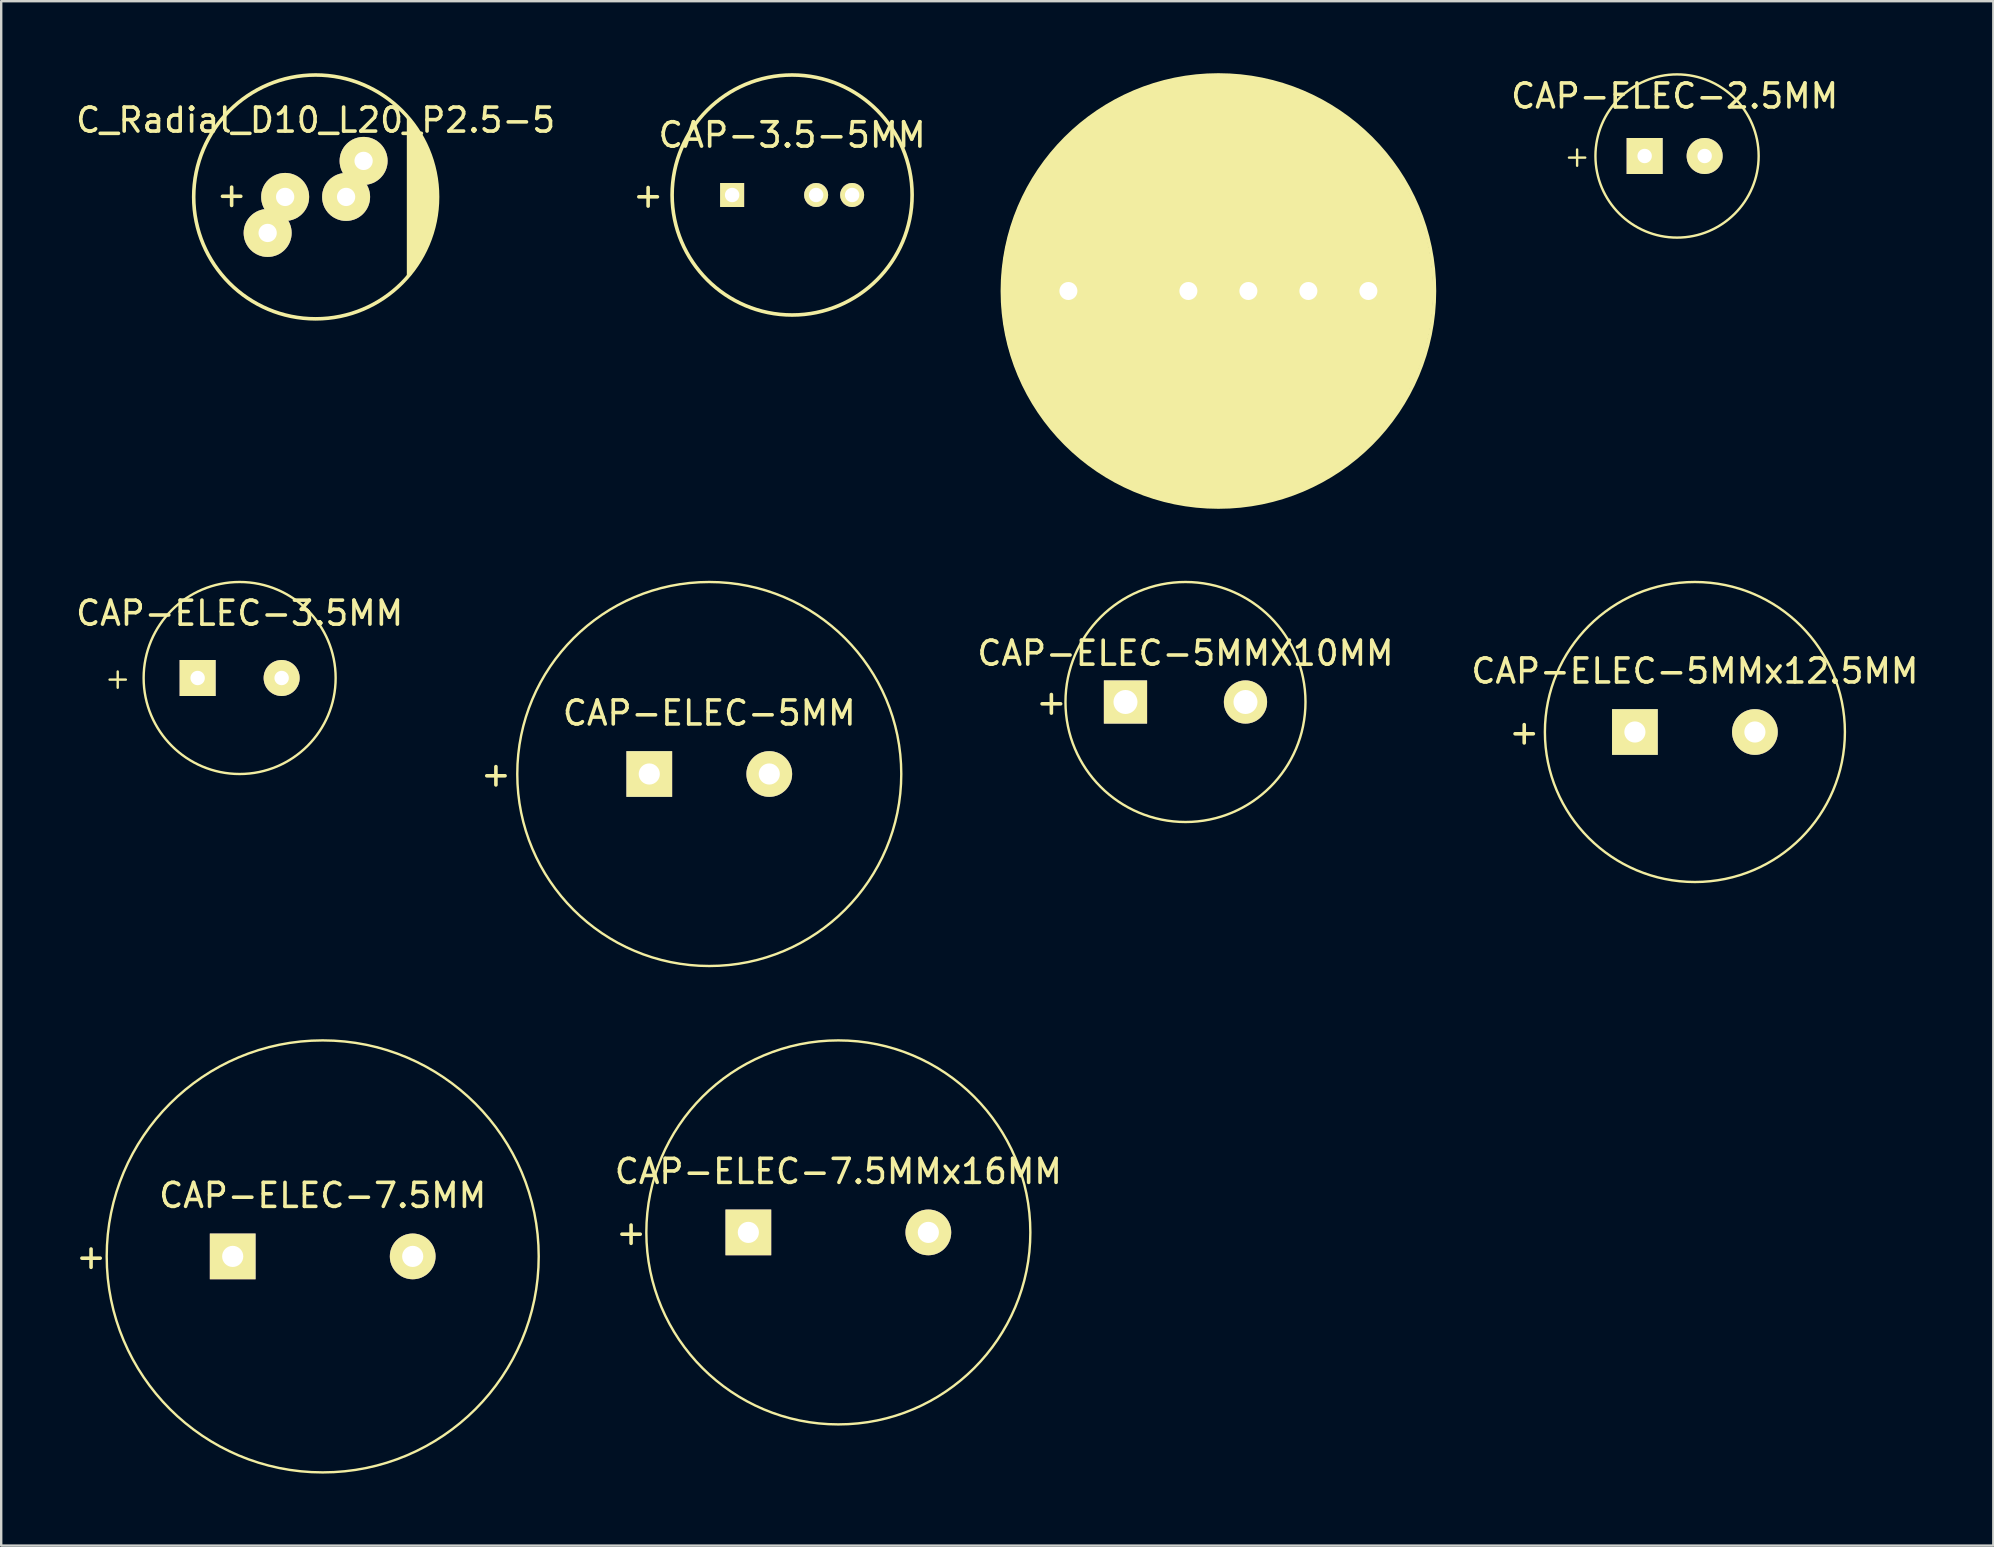
<source format=kicad_pcb>
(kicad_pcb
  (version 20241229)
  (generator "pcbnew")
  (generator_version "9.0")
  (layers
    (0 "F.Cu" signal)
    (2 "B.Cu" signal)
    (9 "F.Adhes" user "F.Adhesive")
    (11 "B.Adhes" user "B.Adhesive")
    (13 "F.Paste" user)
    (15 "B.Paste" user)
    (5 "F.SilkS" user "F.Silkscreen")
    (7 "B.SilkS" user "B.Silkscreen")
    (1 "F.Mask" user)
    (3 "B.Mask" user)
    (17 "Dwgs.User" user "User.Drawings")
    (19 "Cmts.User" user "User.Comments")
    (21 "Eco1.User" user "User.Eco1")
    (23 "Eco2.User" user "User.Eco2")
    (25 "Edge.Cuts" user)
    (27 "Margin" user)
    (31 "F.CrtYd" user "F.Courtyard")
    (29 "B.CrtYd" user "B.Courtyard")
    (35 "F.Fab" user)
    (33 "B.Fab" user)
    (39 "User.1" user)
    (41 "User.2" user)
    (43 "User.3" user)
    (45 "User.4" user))
  (footprint "CAP-ELEC-2.5MM"
    (layer "F.Cu")
    (at 66.727 3.45)
    (property "Reference" "CAP-ELEC-2.5MM" (at 0 -2.5 0) (layer "F.SilkS") (effects (font (size 1 1) (thickness 0.15))))
    (attr through_hole)
    (fp_circle (center 0.1 0) (end 3.5 0) (stroke (width 0.1) (type solid)) (fill no) (layer "F.SilkS"))
    (fp_text user "+" (at -4.064 0 0) (layer "F.SilkS") (effects (font (size 0.889 0.889) (thickness 0.1))))
    (pad "1" thru_hole rect (at -1.25 0) (size 1.5 1.5) (drill 0.6) (layers "*.Cu" "*.Mask" "F.SilkS"))
    (pad "2" thru_hole circle (at 1.25 0) (size 1.5 1.5) (drill 0.6) (layers "*.Cu" "*.Mask" "F.SilkS")))
  (footprint "CAP-ALL-LEADS"
    (layer "F.Cu")
    (at 41.467 9.075)
    (property "Reference" "CAP-ALL-LEADS" (at 6.2 -2.3 0) (layer "F.SilkS") (effects (font (size 1.016 1.016) (thickness 0.15))))
    (attr through_hole)
    (fp_circle (center 6.2 0) (end 15.2 0.1) (stroke (width 0) (type solid)) (fill yes) (layer "F.SilkS"))
    (fp_circle (center 6.25 0) (end 15.25 -0.05) (stroke (width 0.15) (type solid)) (fill no) (layer "F.SilkS"))
    (pad "1" thru_hole rect (at 0 0) (size 1.4 1.4) (drill 0.75) (layers "*.Cu" "*.Mask" "F.SilkS"))
    (pad "2" thru_hole circle (at 5 0) (size 1.4 1.4) (drill 0.75) (layers "*.Cu" "*.Mask" "F.SilkS"))
    (pad "2" thru_hole circle (at 7.5 0) (size 1.4 1.4) (drill 0.75) (layers "*.Cu" "*.Mask" "F.SilkS"))
    (pad "2" thru_hole circle (at 10 0) (size 1.4 1.4) (drill 0.75) (layers "*.Cu" "*.Mask" "F.SilkS"))
    (pad "2" thru_hole circle (at 12.5 0) (size 1.4 1.4) (drill 0.75) (layers "*.Cu" "*.Mask" "F.SilkS")))
  (footprint "CAP-ELEC-7.5MM"
    (layer "F.Cu")
    (at 10.396 49.3)
    (property "Reference" "CAP-ELEC-7.5MM" (at 0 -2.54 0) (layer "F.SilkS") (effects (font (size 1 1) (thickness 0.15))))
    (attr through_hole)
    (fp_circle (center 0 0) (end -9 0) (stroke (width 0.1) (type solid)) (fill no) (layer "F.SilkS"))
    (fp_text user "+" (at -9.652 0 0) (layer "F.SilkS") (effects (font (size 1 1) (thickness 0.15))))
    (pad "1" thru_hole rect (at -3.75 0) (size 1.905 1.905) (drill 0.881) (layers "*.Cu" "*.Mask" "F.SilkS"))
    (pad "2" thru_hole circle (at 3.75 0) (size 1.905 1.905) (drill 0.881) (layers "*.Cu" "*.Mask" "F.SilkS")))
  (footprint "CAP-ELEC-3.5MM"
    (layer "F.Cu")
    (at 6.935 25.2)
    (property "Reference" "CAP-ELEC-3.5MM" (at 0 -2.7 0) (layer "F.SilkS") (effects (font (size 1 1) (thickness 0.15))))
    (attr through_hole)
    (fp_circle (center 0 0) (end 4 0) (stroke (width 0.1) (type solid)) (fill no) (layer "F.SilkS"))
    (fp_text user "+" (at -5.08 0 0) (layer "F.SilkS") (effects (font (size 0.889 0.889) (thickness 0.1))))
    (pad "1" thru_hole rect (at -1.75 0) (size 1.5 1.5) (drill 0.6) (layers "*.Cu" "*.Mask" "F.SilkS"))
    (pad "2" thru_hole circle (at 1.75 0) (size 1.5 1.5) (drill 0.6) (layers "*.Cu" "*.Mask" "F.SilkS")))
  (footprint "CAP-ELEC-5MM"
    (layer "F.Cu")
    (at 26.503 29.2)
    (property "Reference" "CAP-ELEC-5MM" (at 0 -2.54 0) (layer "F.SilkS") (effects (font (size 1 1) (thickness 0.15))))
    (attr through_hole)
    (fp_circle (center 0 0) (end -8 0) (stroke (width 0.1) (type solid)) (fill no) (layer "F.SilkS"))
    (fp_text user "+" (at -8.89 0 0) (layer "F.SilkS") (effects (font (size 1 1) (thickness 0.15))))
    (pad "1" thru_hole rect (at -2.5 0) (size 1.905 1.905) (drill 0.881) (layers "*.Cu" "*.Mask" "F.SilkS"))
    (pad "2" thru_hole circle (at 2.5 0) (size 1.905 1.905) (drill 0.881) (layers "*.Cu" "*.Mask" "F.SilkS")))
  (footprint "CAP-ELEC-7.5MMx16MM"
    (layer "F.Cu")
    (at 31.881 48.3)
    (property "Reference" "CAP-ELEC-7.5MMx16MM" (at 0 -2.54 0) (layer "F.SilkS") (effects (font (size 1 1) (thickness 0.15))))
    (attr through_hole)
    (fp_circle (center 0 0) (end -8 0) (stroke (width 0.1) (type solid)) (fill no) (layer "F.SilkS"))
    (fp_text user "+" (at -8.636 0 0) (layer "F.SilkS") (effects (font (size 1 1) (thickness 0.15))))
    (pad "1" thru_hole rect (at -3.75 0) (size 1.905 1.905) (drill 0.881) (layers "*.Cu" "*.Mask" "F.SilkS"))
    (pad "2" thru_hole circle (at 3.75 0) (size 1.905 1.905) (drill 0.881) (layers "*.Cu" "*.Mask" "F.SilkS")))
  (footprint "C_Radial_D10_L20_P2.5-5"
    (layer "F.Cu")
    (at 10.101 5.155)
    (property "Reference" "C_Radial_D10_L20_P2.5-5" (at 0 -3.2 0) (layer "F.SilkS") (effects (font (size 1 1) (thickness 0.15))))
    (attr through_hole)
    (fp_line (start 3.85 3.3) (end 3.85 -3.3) (stroke (width 0.1) (type solid)) (layer "F.SilkS"))
    (fp_line (start 3.9 -3.25) (end 3.9 3.25) (stroke (width 0.1) (type solid)) (layer "F.SilkS"))
    (fp_line (start 3.95 3.2) (end 3.95 -3.2) (stroke (width 0.1) (type solid)) (layer "F.SilkS"))
    (fp_line (start 4 -3.1) (end 4 3.1) (stroke (width 0.1) (type solid)) (layer "F.SilkS"))
    (fp_line (start 4.05 3.05) (end 4.05 -3.05) (stroke (width 0.1) (type solid)) (layer "F.SilkS"))
    (fp_line (start 4.1 -3) (end 4.1 3) (stroke (width 0.1) (type solid)) (layer "F.SilkS"))
    (fp_line (start 4.15 2.9) (end 4.15 -2.9) (stroke (width 0.1) (type solid)) (layer "F.SilkS"))
    (fp_line (start 4.2 -2.8) (end 4.2 2.8) (stroke (width 0.1) (type solid)) (layer "F.SilkS"))
    (fp_line (start 4.25 2.75) (end 4.25 -2.7) (stroke (width 0.1) (type solid)) (layer "F.SilkS"))
    (fp_line (start 4.3 -2.65) (end 4.3 2.65) (stroke (width 0.1) (type solid)) (layer "F.SilkS"))
    (fp_line (start 4.35 2.55) (end 4.35 -2.55) (stroke (width 0.1) (type solid)) (layer "F.SilkS"))
    (fp_line (start 4.4 -2.5) (end 4.4 2.5) (stroke (width 0.1) (type solid)) (layer "F.SilkS"))
    (fp_line (start 4.45 2.35) (end 4.45 -2.4) (stroke (width 0.1) (type solid)) (layer "F.SilkS"))
    (fp_line (start 4.5 -2.3) (end 4.5 2.2) (stroke (width 0.1) (type solid)) (layer "F.SilkS"))
    (fp_line (start 4.55 2.2) (end 4.55 -2.15) (stroke (width 0.1) (type solid)) (layer "F.SilkS"))
    (fp_line (start 4.6 -2.1) (end 4.6 2.05) (stroke (width 0.1) (type solid)) (layer "F.SilkS"))
    (fp_line (start 4.65 1.95) (end 4.65 -1.95) (stroke (width 0.1) (type solid)) (layer "F.SilkS"))
    (fp_line (start 4.7 -1.85) (end 4.7 1.85) (stroke (width 0.1) (type solid)) (layer "F.SilkS"))
    (fp_line (start 4.75 1.7) (end 4.75 -1.65) (stroke (width 0.1) (type solid)) (layer "F.SilkS"))
    (fp_line (start 4.8 -1.55) (end 4.8 1.5) (stroke (width 0.1) (type solid)) (layer "F.SilkS"))
    (fp_line (start 4.85 1.35) (end 4.85 -1.3) (stroke (width 0.1) (type solid)) (layer "F.SilkS"))
    (fp_line (start 4.9 -1.15) (end 4.9 1.1) (stroke (width 0.1) (type solid)) (layer "F.SilkS"))
    (fp_line (start 4.95 0.8) (end 4.95 -0.8) (stroke (width 0.1) (type solid)) (layer "F.SilkS"))
    (fp_line (start 5 -0.6) (end 5 0.65) (stroke (width 0.1) (type solid)) (layer "F.SilkS"))
    (fp_circle (center 0 0) (end 5.08 0) (stroke (width 0.15) (type solid)) (fill no) (layer "F.SilkS"))
    (fp_text user "+" (at -3.5 -0.1 0) (layer "F.SilkS") (effects (font (size 1 1) (thickness 0.15))))
    (pad "1" thru_hole circle (at -1.999 1.501) (size 1.999 1.999) (drill 0.762) (layers "*.Cu" "*.Mask" "F.SilkS"))
    (pad "1" thru_hole circle (at -1.27 0) (size 1.999 1.999) (drill 0.762) (layers "*.Cu" "*.Mask" "F.SilkS"))
    (pad "2" thru_hole circle (at 1.27 0) (size 1.999 1.999) (drill 0.762) (layers "*.Cu" "*.Mask" "F.SilkS"))
    (pad "2" thru_hole circle (at 1.999 -1.501) (size 1.999 1.999) (drill 0.762) (layers "*.Cu" "*.Mask" "F.SilkS")))
  (footprint "CAP-ELEC-5MMx12.5MM"
    (layer "F.Cu")
    (at 67.571 27.45)
    (property "Reference" "CAP-ELEC-5MMx12.5MM" (at 0 -2.54 0) (layer "F.SilkS") (effects (font (size 1 1) (thickness 0.15))))
    (attr through_hole)
    (fp_circle (center 0 0) (end -6.25 0) (stroke (width 0.1) (type solid)) (fill no) (layer "F.SilkS"))
    (fp_text user "+" (at -7.112 0 0) (layer "F.SilkS") (effects (font (size 1 1) (thickness 0.15))))
    (pad "1" thru_hole rect (at -2.5 0) (size 1.905 1.905) (drill 0.881) (layers "*.Cu" "*.Mask" "F.SilkS"))
    (pad "2" thru_hole circle (at 2.5 0) (size 1.905 1.905) (drill 0.881) (layers "*.Cu" "*.Mask" "F.SilkS")))
  (footprint "CAP-3.5-5MM"
    (layer "F.Cu")
    (at 27.455 5.075)
    (property "Reference" "CAP-3.5-5MM" (at 2.5 -2.5 0) (layer "F.SilkS") (effects (font (size 1.016 1.016) (thickness 0.15))))
    (attr through_hole)
    (fp_circle (center 2.5 0) (end -2.5 0) (stroke (width 0.15) (type solid)) (fill no) (layer "F.SilkS"))
    (fp_text user "+" (at -3.5 0 0) (layer "F.SilkS") (effects (font (size 1.016 1.016) (thickness 0.15))))
    (pad "1" thru_hole rect (at 0 0) (size 1 1) (drill 0.6) (layers "*.Cu" "*.Mask" "F.SilkS"))
    (pad "2" thru_hole circle (at 3.5 0) (size 1 1) (drill 0.6) (layers "*.Cu" "*.Mask" "F.SilkS"))
    (pad "3" thru_hole circle (at 5 0) (size 1 1) (drill 0.6) (layers "*.Cu" "*.Mask" "F.SilkS")))
  (footprint "CAP-ELEC-5MMX10MM"
    (layer "F.Cu")
    (at 46.345 26.2)
    (property "Reference" "CAP-ELEC-5MMX10MM" (at 0 -2.032 0) (layer "F.SilkS") (effects (font (size 1 1) (thickness 0.15))))
    (attr through_hole)
    (fp_circle (center 0 0) (end -5 0) (stroke (width 0.1) (type solid)) (fill no) (layer "F.SilkS"))
    (fp_text user "+" (at -5.588 0 0) (layer "F.SilkS") (effects (font (size 1.016 1.016) (thickness 0.15))))
    (pad "1" thru_hole rect (at -2.5 0) (size 1.8 1.8) (drill 1) (layers "*.Cu" "*.Mask" "F.SilkS"))
    (pad "2" thru_hole circle (at 2.5 0) (size 1.8 1.8) (drill 1) (layers "*.Cu" "*.Mask" "F.SilkS")))
  (gr_rect
    (start -3 -3)
    (end 80.005 61.35)
    (stroke (width 0.1) (type default))
    (fill no)
    (layer "Edge.Cuts")))
</source>
